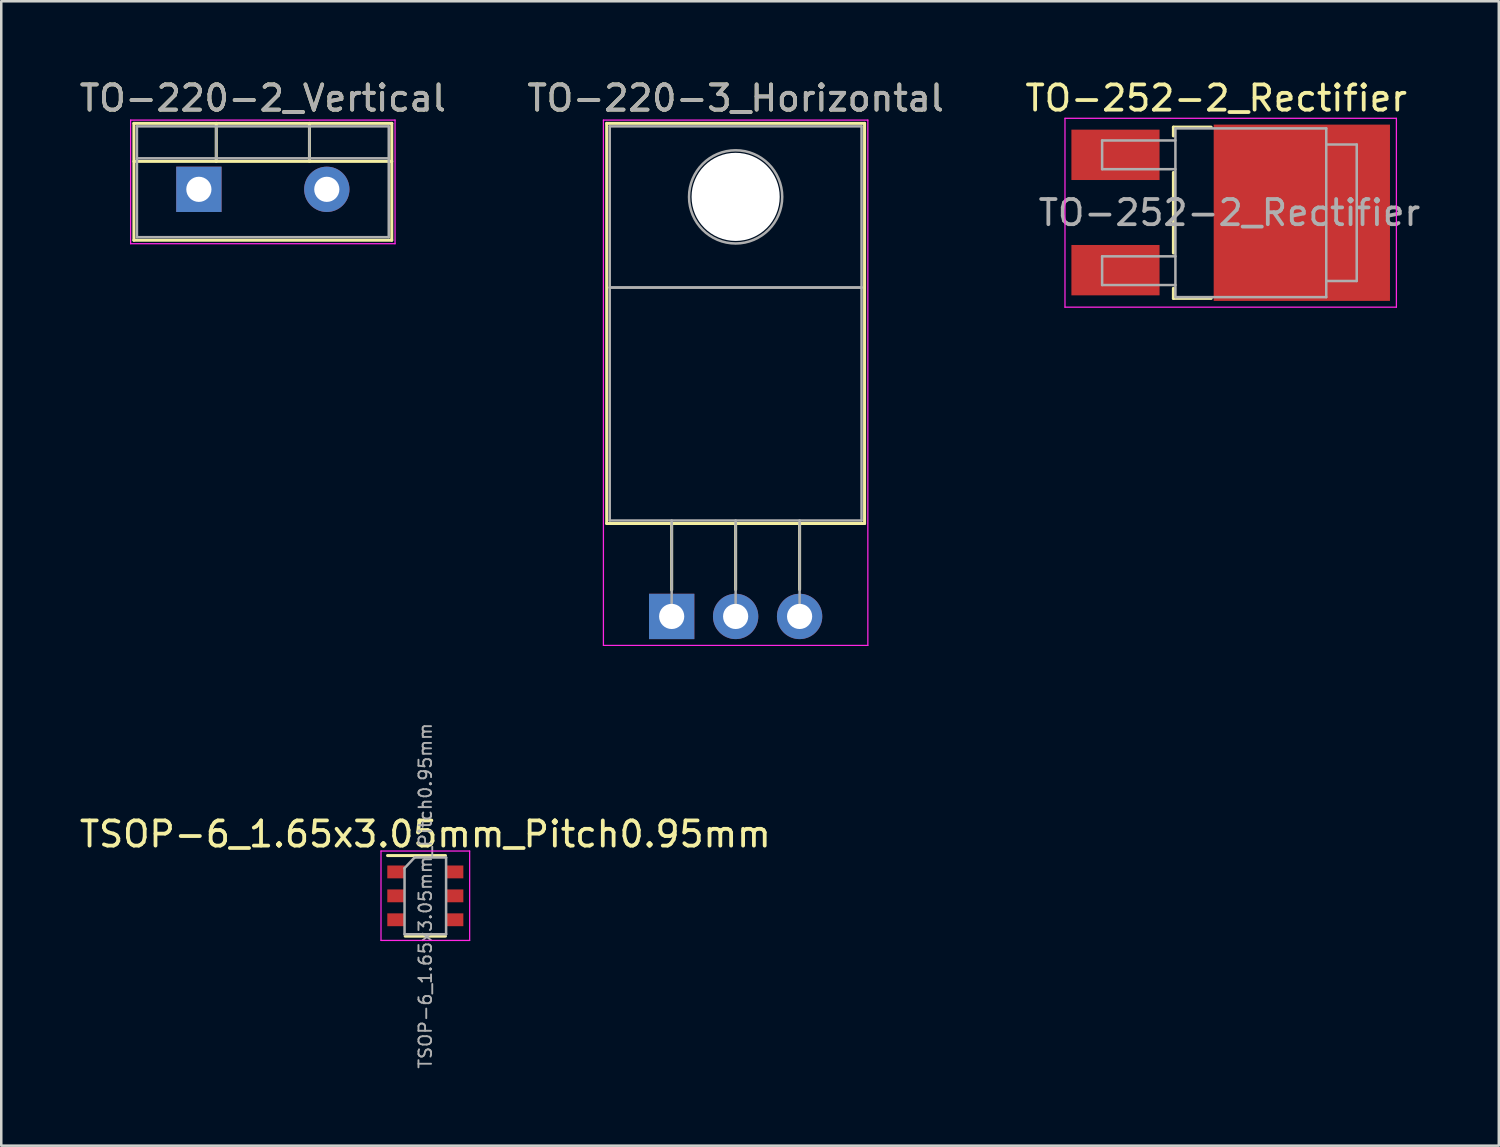
<source format=kicad_pcb>
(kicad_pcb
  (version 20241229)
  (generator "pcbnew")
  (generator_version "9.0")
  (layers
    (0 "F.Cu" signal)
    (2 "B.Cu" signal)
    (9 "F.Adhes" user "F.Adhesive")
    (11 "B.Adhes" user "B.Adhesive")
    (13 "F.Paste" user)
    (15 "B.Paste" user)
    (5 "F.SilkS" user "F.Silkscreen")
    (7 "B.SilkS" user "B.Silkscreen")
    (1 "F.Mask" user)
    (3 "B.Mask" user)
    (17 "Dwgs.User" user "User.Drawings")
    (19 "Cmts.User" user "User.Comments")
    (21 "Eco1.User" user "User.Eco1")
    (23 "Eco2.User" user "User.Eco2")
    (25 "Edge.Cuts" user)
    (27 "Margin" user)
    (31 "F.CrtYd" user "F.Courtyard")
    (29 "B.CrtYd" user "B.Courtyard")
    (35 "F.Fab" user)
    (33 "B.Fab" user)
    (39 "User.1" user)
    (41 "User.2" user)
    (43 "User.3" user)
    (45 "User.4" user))
  (footprint "TO-252-2_Rectifier"
    (layer "F.Cu")
    (at 45.819 5.398)
    (property "Reference" "TO-252-2_Rectifier" (at -0.575 -4.55 0) (layer "F.SilkS") (effects (font (size 1 1) (thickness 0.15))))
    (attr smd)
    (fp_line (start -2.275 -3.4) (end -0.775 -3.4) (stroke (width 0.12) (type solid)) (layer "F.SilkS"))
    (fp_line (start -2.275 -3.05) (end -2.275 -3.4) (stroke (width 0.12) (type solid)) (layer "F.SilkS"))
    (fp_line (start -2.275 1.6) (end -2.275 -1.6) (stroke (width 0.12) (type solid)) (layer "F.SilkS"))
    (fp_line (start -2.275 3.4) (end -2.275 3) (stroke (width 0.12) (type solid)) (layer "F.SilkS"))
    (fp_line (start -0.775 3.4) (end -2.275 3.4) (stroke (width 0.12) (type solid)) (layer "F.SilkS"))
    (fp_line (start -6.58 3.75) (end -6.58 -3.75) (stroke (width 0.05) (type solid)) (layer "F.CrtYd"))
    (fp_line (start -6.58 3.75) (end 6.58 3.75) (stroke (width 0.05) (type solid)) (layer "F.CrtYd"))
    (fp_line (start 6.58 -3.75) (end -6.58 -3.75) (stroke (width 0.05) (type solid)) (layer "F.CrtYd"))
    (fp_line (start 6.58 -3.75) (end 6.58 3.75) (stroke (width 0.05) (type solid)) (layer "F.CrtYd"))
    (fp_line (start -5.105 -2.87) (end -5.105 -1.73) (stroke (width 0.1) (type solid)) (layer "F.Fab"))
    (fp_line (start -5.105 -1.73) (end -2.195 -1.73) (stroke (width 0.1) (type solid)) (layer "F.Fab"))
    (fp_line (start -5.105 1.73) (end -5.105 2.87) (stroke (width 0.1) (type solid)) (layer "F.Fab"))
    (fp_line (start -5.105 2.87) (end -2.195 2.87) (stroke (width 0.1) (type solid)) (layer "F.Fab"))
    (fp_line (start -2.195 -2.87) (end -5.105 -2.87) (stroke (width 0.1) (type solid)) (layer "F.Fab"))
    (fp_line (start -2.195 1.73) (end -5.105 1.73) (stroke (width 0.1) (type solid)) (layer "F.Fab"))
    (fp_line (start -2.195 3.35) (end -2.195 -3.35) (stroke (width 0.1) (type solid)) (layer "F.Fab"))
    (fp_line (start -2.195 3.35) (end 3.795 3.35) (stroke (width 0.1) (type solid)) (layer "F.Fab"))
    (fp_line (start 3.795 -3.35) (end -2.195 -3.35) (stroke (width 0.1) (type solid)) (layer "F.Fab"))
    (fp_line (start 3.795 3.35) (end 3.795 -3.35) (stroke (width 0.1) (type solid)) (layer "F.Fab"))
    (fp_line (start 3.805 -2.71) (end 5.005 -2.71) (stroke (width 0.1) (type solid)) (layer "F.Fab"))
    (fp_line (start 5.005 -2.71) (end 5.005 2.71) (stroke (width 0.1) (type solid)) (layer "F.Fab"))
    (fp_line (start 5.005 2.71) (end 3.795 2.71) (stroke (width 0.1) (type solid)) (layer "F.Fab"))
    (fp_text user "${REFERENCE}" (at -0.05 0 0) (layer "F.Fab") (effects (font (size 1 1) (thickness 0.15))))
    (pad "1" smd rect (at -4.575 -2.3 270) (size 2 3.5) (layers "F.Cu" "F.Mask" "F.Paste"))
    (pad "2" smd rect (at 2.825 0 270) (size 7 7) (layers "F.Cu" "F.Mask" "F.Paste"))
    (pad "3" smd rect (at -4.575 2.28 270) (size 2 3.5) (layers "F.Cu" "F.Mask" "F.Paste")))
  (footprint "TSOP-6_1.65x3.05mm_Pitch0.95mm"
    (layer "F.Cu")
    (at 13.839 32.523)
    (property "Reference" "TSOP-6_1.65x3.05mm_Pitch0.95mm" (at 0 -2.45 0) (layer "F.SilkS") (effects (font (size 1 1) (thickness 0.15))))
    (attr smd)
    (fp_line (start -0.8 1.6) (end 0.8 1.6) (stroke (width 0.12) (type solid)) (layer "F.SilkS"))
    (fp_line (start 0.8 -1.6) (end -1.5 -1.6) (stroke (width 0.12) (type solid)) (layer "F.SilkS"))
    (fp_line (start -1.76 -1.78) (end -1.76 1.77) (stroke (width 0.05) (type solid)) (layer "F.CrtYd"))
    (fp_line (start -1.76 -1.78) (end 1.76 -1.78) (stroke (width 0.05) (type solid)) (layer "F.CrtYd"))
    (fp_line (start 1.76 1.77) (end -1.76 1.77) (stroke (width 0.05) (type solid)) (layer "F.CrtYd"))
    (fp_line (start 1.76 1.77) (end 1.76 -1.78) (stroke (width 0.05) (type solid)) (layer "F.CrtYd"))
    (fp_line (start -0.825 -1.1) (end -0.825 1.525) (stroke (width 0.1) (type solid)) (layer "F.Fab"))
    (fp_line (start -0.825 -1.1) (end -0.425 -1.525) (stroke (width 0.1) (type solid)) (layer "F.Fab"))
    (fp_line (start 0.825 -1.525) (end -0.425 -1.525) (stroke (width 0.1) (type solid)) (layer "F.Fab"))
    (fp_line (start 0.825 -1.525) (end 0.825 1.525) (stroke (width 0.1) (type solid)) (layer "F.Fab"))
    (fp_line (start 0.825 1.525) (end -0.825 1.525) (stroke (width 0.1) (type solid)) (layer "F.Fab"))
    (fp_text user "${REFERENCE}" (at 0 0 90) (layer "F.Fab") (effects (font (size 0.5 0.5) (thickness 0.075))))
    (pad "1" smd rect (at -1.16 -0.95) (size 0.7 0.51) (layers "F.Cu" "F.Mask" "F.Paste"))
    (pad "2" smd rect (at -1.16 0) (size 0.7 0.51) (layers "F.Cu" "F.Mask" "F.Paste"))
    (pad "3" smd rect (at -1.16 0.95) (size 0.7 0.51) (layers "F.Cu" "F.Mask" "F.Paste"))
    (pad "4" smd rect (at 1.16 0.95) (size 0.7 0.51) (layers "F.Cu" "F.Mask" "F.Paste"))
    (pad "5" smd rect (at 1.16 0) (size 0.7 0.51) (layers "F.Cu" "F.Mask" "F.Paste"))
    (pad "6" smd rect (at 1.16 -0.95) (size 0.7 0.51) (layers "F.Cu" "F.Mask" "F.Paste")))
  (footprint "TO-220-2_Vertical"
    (layer "F.Cu")
    (at 4.847 4.468)
    (property "Reference" "TO-220-2_Vertical" (at 2.54 -3.62 0) (layer "F.SilkS") (effects (font (size 1 1) (thickness 0.15))))
    (attr through_hole)
    (fp_line (start -2.58 -2.62) (end -2.58 2.021) (stroke (width 0.12) (type solid)) (layer "F.SilkS"))
    (fp_line (start -2.58 -2.62) (end 7.66 -2.62) (stroke (width 0.12) (type solid)) (layer "F.SilkS"))
    (fp_line (start -2.58 -1.11) (end 7.66 -1.11) (stroke (width 0.12) (type solid)) (layer "F.SilkS"))
    (fp_line (start -2.58 2.021) (end 7.66 2.021) (stroke (width 0.12) (type solid)) (layer "F.SilkS"))
    (fp_line (start 0.69 -2.62) (end 0.69 -1.11) (stroke (width 0.12) (type solid)) (layer "F.SilkS"))
    (fp_line (start 4.391 -2.62) (end 4.391 -1.11) (stroke (width 0.12) (type solid)) (layer "F.SilkS"))
    (fp_line (start 7.66 -2.62) (end 7.66 2.021) (stroke (width 0.12) (type solid)) (layer "F.SilkS"))
    (fp_line (start -2.71 -2.75) (end -2.71 2.16) (stroke (width 0.05) (type solid)) (layer "F.CrtYd"))
    (fp_line (start -2.71 2.16) (end 7.79 2.16) (stroke (width 0.05) (type solid)) (layer "F.CrtYd"))
    (fp_line (start 7.79 -2.75) (end -2.71 -2.75) (stroke (width 0.05) (type solid)) (layer "F.CrtYd"))
    (fp_line (start 7.79 2.16) (end 7.79 -2.75) (stroke (width 0.05) (type solid)) (layer "F.CrtYd"))
    (fp_line (start -2.46 -2.5) (end -2.46 1.9) (stroke (width 0.1) (type solid)) (layer "F.Fab"))
    (fp_line (start -2.46 -1.23) (end 7.54 -1.23) (stroke (width 0.1) (type solid)) (layer "F.Fab"))
    (fp_line (start -2.46 1.9) (end 7.54 1.9) (stroke (width 0.1) (type solid)) (layer "F.Fab"))
    (fp_line (start 0.69 -2.5) (end 0.69 -1.23) (stroke (width 0.1) (type solid)) (layer "F.Fab"))
    (fp_line (start 4.39 -2.5) (end 4.39 -1.23) (stroke (width 0.1) (type solid)) (layer "F.Fab"))
    (fp_line (start 7.54 -2.5) (end -2.46 -2.5) (stroke (width 0.1) (type solid)) (layer "F.Fab"))
    (fp_line (start 7.54 1.9) (end 7.54 -2.5) (stroke (width 0.1) (type solid)) (layer "F.Fab"))
    (fp_text user "${REFERENCE}" (at 2.54 -3.62 0) (layer "F.Fab") (effects (font (size 1 1) (thickness 0.15))))
    (pad "1" thru_hole rect (at 0 0) (size 1.8 1.8) (drill 1) (layers "*.Cu" "*.Mask"))
    (pad "2" thru_hole oval (at 5.08 0) (size 1.8 1.8) (drill 1) (layers "*.Cu" "*.Mask")))
  (footprint "TO-220-3_Horizontal"
    (layer "F.Cu")
    (at 23.621 21.428)
    (property "Reference" "TO-220-3_Horizontal" (at 2.54 -20.58 0) (layer "F.SilkS") (effects (font (size 1 1) (thickness 0.15))))
    (attr through_hole)
    (fp_line (start -2.58 -19.58) (end -2.58 -3.69) (stroke (width 0.12) (type solid)) (layer "F.SilkS"))
    (fp_line (start -2.58 -19.58) (end 7.66 -19.58) (stroke (width 0.12) (type solid)) (layer "F.SilkS"))
    (fp_line (start -2.58 -3.69) (end 7.66 -3.69) (stroke (width 0.12) (type solid)) (layer "F.SilkS"))
    (fp_line (start 0 -3.69) (end 0 -1.05) (stroke (width 0.12) (type solid)) (layer "F.SilkS"))
    (fp_line (start 2.54 -3.69) (end 2.54 -1.066) (stroke (width 0.12) (type solid)) (layer "F.SilkS"))
    (fp_line (start 5.08 -3.69) (end 5.08 -1.066) (stroke (width 0.12) (type solid)) (layer "F.SilkS"))
    (fp_line (start 7.66 -19.58) (end 7.66 -3.69) (stroke (width 0.12) (type solid)) (layer "F.SilkS"))
    (fp_line (start -2.71 -19.71) (end -2.71 1.15) (stroke (width 0.05) (type solid)) (layer "F.CrtYd"))
    (fp_line (start -2.71 1.15) (end 7.79 1.15) (stroke (width 0.05) (type solid)) (layer "F.CrtYd"))
    (fp_line (start 7.79 -19.71) (end -2.71 -19.71) (stroke (width 0.05) (type solid)) (layer "F.CrtYd"))
    (fp_line (start 7.79 1.15) (end 7.79 -19.71) (stroke (width 0.05) (type solid)) (layer "F.CrtYd"))
    (fp_line (start -2.46 -19.46) (end 7.54 -19.46) (stroke (width 0.1) (type solid)) (layer "F.Fab"))
    (fp_line (start -2.46 -13.06) (end -2.46 -19.46) (stroke (width 0.1) (type solid)) (layer "F.Fab"))
    (fp_line (start -2.46 -13.06) (end 7.54 -13.06) (stroke (width 0.1) (type solid)) (layer "F.Fab"))
    (fp_line (start -2.46 -3.81) (end -2.46 -13.06) (stroke (width 0.1) (type solid)) (layer "F.Fab"))
    (fp_line (start 0 -3.81) (end 0 0) (stroke (width 0.1) (type solid)) (layer "F.Fab"))
    (fp_line (start 2.54 -3.81) (end 2.54 0) (stroke (width 0.1) (type solid)) (layer "F.Fab"))
    (fp_line (start 5.08 -3.81) (end 5.08 0) (stroke (width 0.1) (type solid)) (layer "F.Fab"))
    (fp_line (start 7.54 -19.46) (end 7.54 -13.06) (stroke (width 0.1) (type solid)) (layer "F.Fab"))
    (fp_line (start 7.54 -13.06) (end -2.46 -13.06) (stroke (width 0.1) (type solid)) (layer "F.Fab"))
    (fp_line (start 7.54 -13.06) (end 7.54 -3.81) (stroke (width 0.1) (type solid)) (layer "F.Fab"))
    (fp_line (start 7.54 -3.81) (end -2.46 -3.81) (stroke (width 0.1) (type solid)) (layer "F.Fab"))
    (fp_circle (center 2.54 -16.66) (end 4.39 -16.66) (stroke (width 0.1) (type solid)) (fill no) (layer "F.Fab"))
    (fp_text user "${REFERENCE}" (at 2.54 -20.58 0) (layer "F.Fab") (effects (font (size 1 1) (thickness 0.15))))
    (pad "" np_thru_hole oval (at 2.54 -16.66) (size 3.5 3.5) (drill 3.5) (layers "*.Cu" "*.Mask"))
    (pad "1" thru_hole rect (at 0 0) (size 1.8 1.8) (drill 1) (layers "*.Cu" "*.Mask"))
    (pad "2" thru_hole oval (at 2.54 0) (size 1.8 1.8) (drill 1) (layers "*.Cu" "*.Mask"))
    (pad "3" thru_hole oval (at 5.08 0) (size 1.8 1.8) (drill 1) (layers "*.Cu" "*.Mask")))
  (gr_rect
    (start -3 -3)
    (end 56.465 42.443)
    (stroke (width 0.1) (type default))
    (fill no)
    (layer "Edge.Cuts")))
</source>
